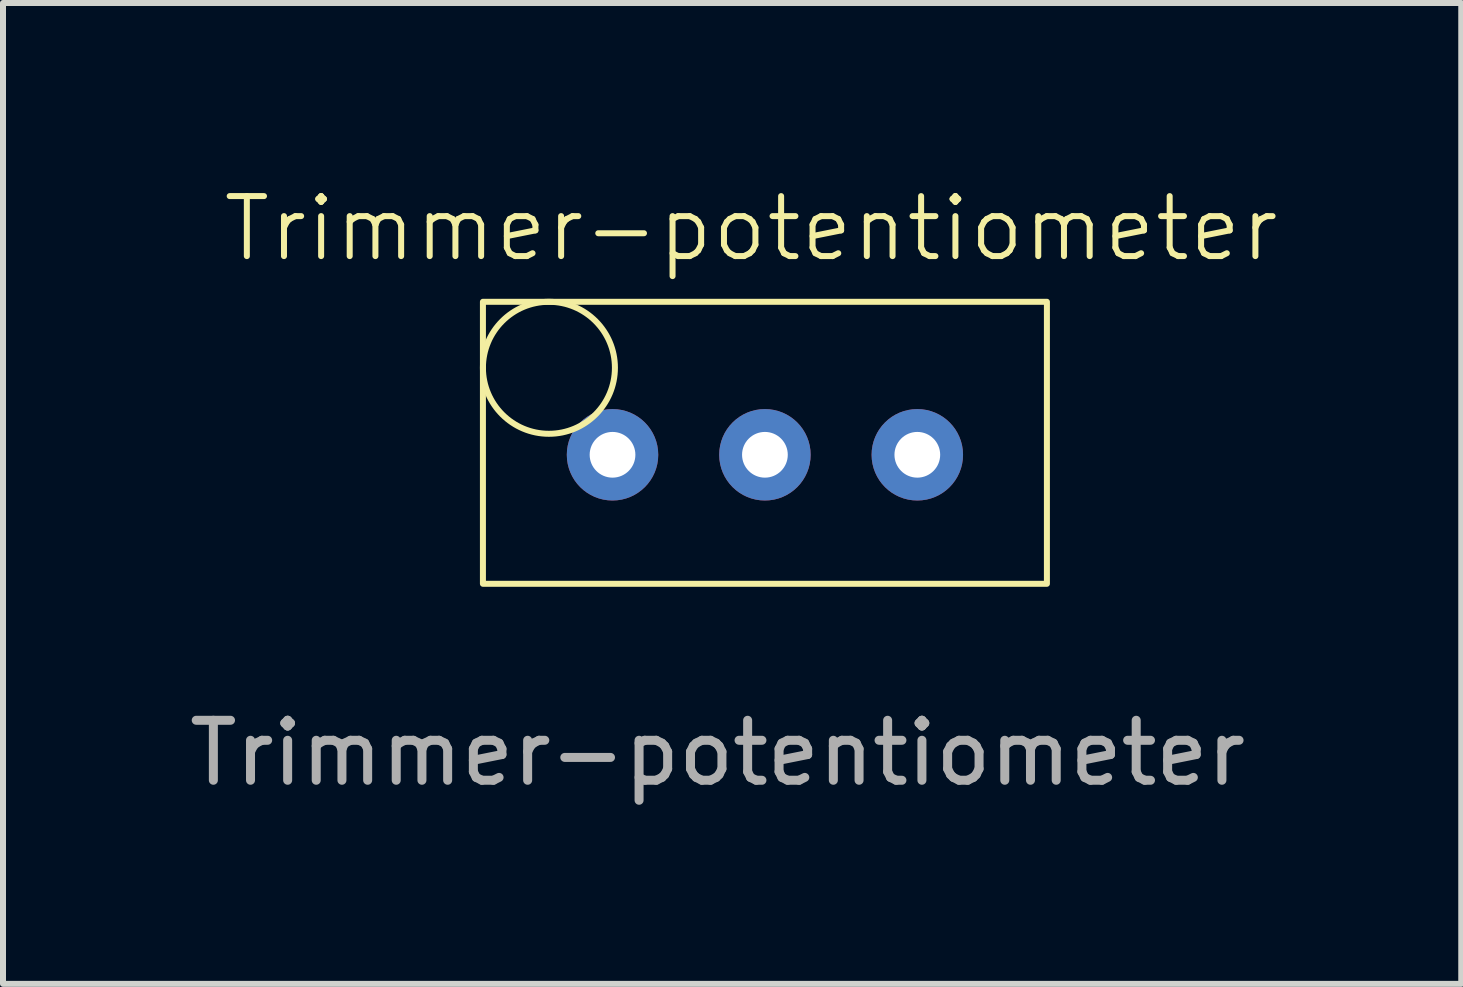
<source format=kicad_pcb>
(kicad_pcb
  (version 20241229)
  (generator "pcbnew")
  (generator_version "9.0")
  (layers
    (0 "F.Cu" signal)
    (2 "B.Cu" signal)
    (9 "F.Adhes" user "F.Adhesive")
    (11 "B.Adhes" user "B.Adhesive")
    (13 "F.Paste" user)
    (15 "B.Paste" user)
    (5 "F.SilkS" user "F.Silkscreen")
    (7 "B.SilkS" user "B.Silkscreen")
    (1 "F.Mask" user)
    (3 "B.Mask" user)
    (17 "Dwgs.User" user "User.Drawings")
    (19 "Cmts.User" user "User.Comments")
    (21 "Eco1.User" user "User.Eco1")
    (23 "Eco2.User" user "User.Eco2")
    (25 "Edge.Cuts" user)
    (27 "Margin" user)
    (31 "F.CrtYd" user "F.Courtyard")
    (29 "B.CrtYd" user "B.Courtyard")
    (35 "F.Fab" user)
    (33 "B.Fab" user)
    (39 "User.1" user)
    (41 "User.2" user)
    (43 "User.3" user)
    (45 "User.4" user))
  (footprint "Trimmer-potentiometer"
    (layer "F.Cu")
    (at 4.999 1.98)
    (property "Reference" "Trimmer-potentiometer" (at 4.47 -1.219 0) (unlocked yes) (layer "F.SilkS") (effects (font (size 1 1) (thickness 0.1))))
    (attr through_hole)
    (fp_rect (start 0 0) (end 9.4 4.7) (stroke (width 0.1) (type default)) (fill no) (layer "F.SilkS"))
    (fp_circle (center 1.1 1.1) (end 2.2 1.1) (stroke (width 0.1) (type default)) (fill no) (layer "F.SilkS"))
    (fp_text user "${REFERENCE}" (at 3.912 7.52 0) (unlocked yes) (layer "F.Fab") (effects (font (size 1 1) (thickness 0.15))))
    (pad "1" thru_hole circle (at 2.16 2.55) (size 1.524 1.524) (drill 0.762) (layers "*.Cu" "*.Mask"))
    (pad "2" thru_hole circle (at 4.7 2.55) (size 1.524 1.524) (drill 0.762) (layers "*.Cu" "*.Mask"))
    (pad "3" thru_hole circle (at 7.24 2.55) (size 1.524 1.524) (drill 0.762) (layers "*.Cu" "*.Mask")))
  (gr_rect
    (start -3 -3)
    (end 21.305 13.348)
    (stroke (width 0.1) (type default))
    (fill no)
    (layer "Edge.Cuts")))
</source>
